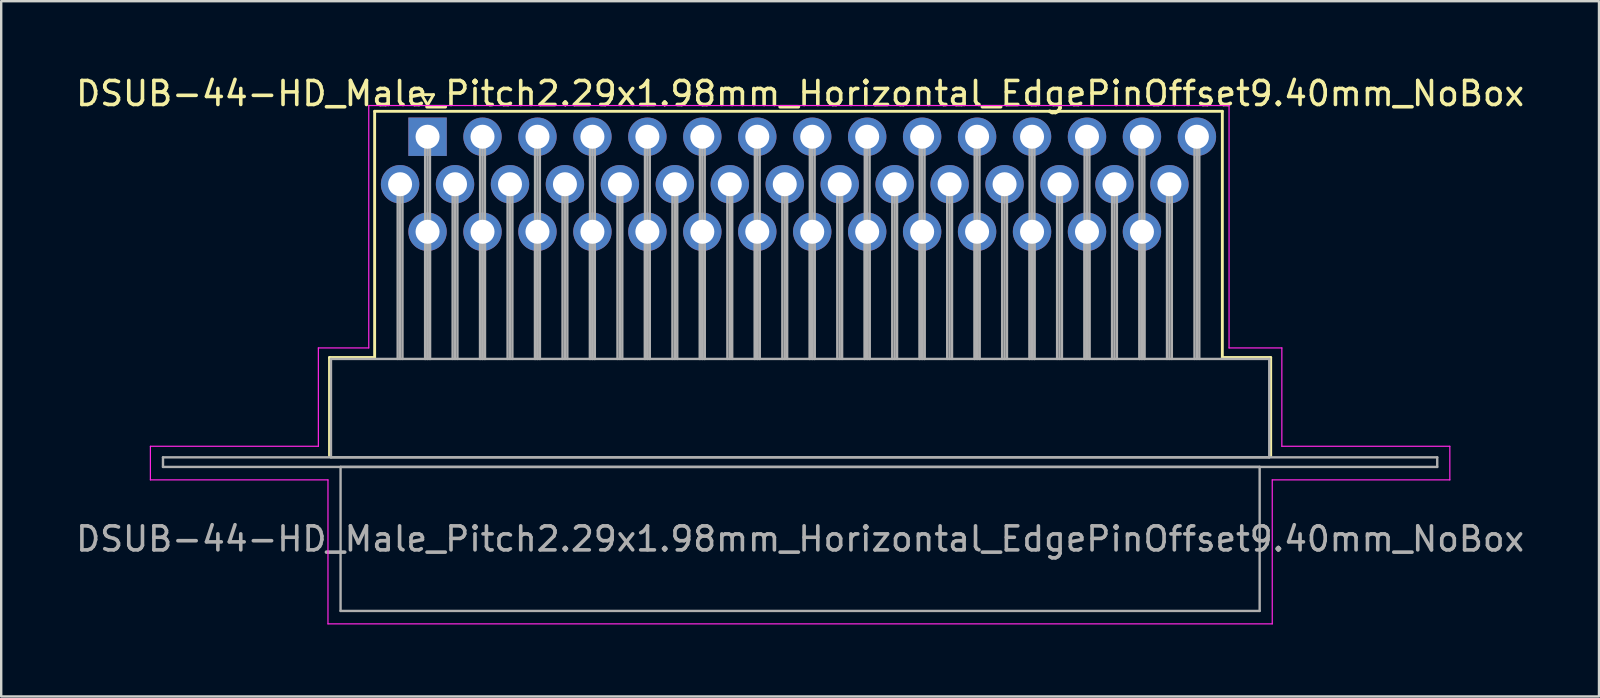
<source format=kicad_pcb>
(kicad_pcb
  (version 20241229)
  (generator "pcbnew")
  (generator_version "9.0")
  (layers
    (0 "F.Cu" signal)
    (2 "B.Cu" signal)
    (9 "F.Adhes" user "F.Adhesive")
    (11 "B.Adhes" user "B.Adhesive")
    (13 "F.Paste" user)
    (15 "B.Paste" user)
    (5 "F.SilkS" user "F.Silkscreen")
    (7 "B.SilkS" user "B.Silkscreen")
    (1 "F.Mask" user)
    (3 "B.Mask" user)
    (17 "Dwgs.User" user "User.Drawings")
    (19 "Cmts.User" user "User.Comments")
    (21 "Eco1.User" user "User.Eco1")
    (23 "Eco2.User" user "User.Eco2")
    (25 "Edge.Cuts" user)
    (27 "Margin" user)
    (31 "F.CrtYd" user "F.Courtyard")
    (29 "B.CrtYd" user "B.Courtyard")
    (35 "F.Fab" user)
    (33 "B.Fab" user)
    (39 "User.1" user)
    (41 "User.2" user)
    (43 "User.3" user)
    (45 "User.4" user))
  (footprint "DSUB-44-HD_Male_Pitch2.29x1.98mm_Horizontal_EdgePinOffset9.40mm_NoBox"
    (layer "F.Cu")
    (at 14.767 2.648)
    (property "Reference" "DSUB-44-HD_Male_Pitch2.29x1.98mm_Horizontal_EdgePinOffset9.40mm_NoBox" (at 15.525 -1.8 0) (layer "F.SilkS") (effects (font (size 1 1) (thickness 0.15))))
    (attr through_hole)
    (fp_line (start -4.085 9.2) (end -2.205 9.2) (stroke (width 0.12) (type solid)) (layer "F.SilkS"))
    (fp_line (start -4.085 13.3) (end -4.085 9.2) (stroke (width 0.12) (type solid)) (layer "F.SilkS"))
    (fp_line (start -2.205 -1.06) (end 33.12 -1.06) (stroke (width 0.12) (type solid)) (layer "F.SilkS"))
    (fp_line (start -2.205 9.2) (end -2.205 -1.06) (stroke (width 0.12) (type solid)) (layer "F.SilkS"))
    (fp_line (start -0.25 -1.754) (end 0.25 -1.754) (stroke (width 0.12) (type solid)) (layer "F.SilkS"))
    (fp_line (start 0 -1.321) (end -0.25 -1.754) (stroke (width 0.12) (type solid)) (layer "F.SilkS"))
    (fp_line (start 0.25 -1.754) (end 0 -1.321) (stroke (width 0.12) (type solid)) (layer "F.SilkS"))
    (fp_line (start 33.12 -1.06) (end 33.12 9.2) (stroke (width 0.12) (type solid)) (layer "F.SilkS"))
    (fp_line (start 33.12 9.2) (end 35.135 9.2) (stroke (width 0.12) (type solid)) (layer "F.SilkS"))
    (fp_line (start 35.135 9.2) (end 35.135 13.3) (stroke (width 0.12) (type solid)) (layer "F.SilkS"))
    (fp_line (start -11.55 12.9) (end -4.55 12.9) (stroke (width 0.05) (type solid)) (layer "F.CrtYd"))
    (fp_line (start -11.55 14.3) (end -11.55 12.9) (stroke (width 0.05) (type solid)) (layer "F.CrtYd"))
    (fp_line (start -4.55 8.8) (end -2.45 8.8) (stroke (width 0.05) (type solid)) (layer "F.CrtYd"))
    (fp_line (start -4.55 12.9) (end -4.55 8.8) (stroke (width 0.05) (type solid)) (layer "F.CrtYd"))
    (fp_line (start -4.15 14.3) (end -11.55 14.3) (stroke (width 0.05) (type solid)) (layer "F.CrtYd"))
    (fp_line (start -4.15 20.3) (end -4.15 14.3) (stroke (width 0.05) (type solid)) (layer "F.CrtYd"))
    (fp_line (start -2.45 -1.3) (end 33.4 -1.3) (stroke (width 0.05) (type solid)) (layer "F.CrtYd"))
    (fp_line (start -2.45 8.8) (end -2.45 -1.3) (stroke (width 0.05) (type solid)) (layer "F.CrtYd"))
    (fp_line (start 33.4 -1.3) (end 33.4 8.8) (stroke (width 0.05) (type solid)) (layer "F.CrtYd"))
    (fp_line (start 33.4 8.8) (end 35.6 8.8) (stroke (width 0.05) (type solid)) (layer "F.CrtYd"))
    (fp_line (start 35.2 14.3) (end 35.2 20.3) (stroke (width 0.05) (type solid)) (layer "F.CrtYd"))
    (fp_line (start 35.2 20.3) (end -4.15 20.3) (stroke (width 0.05) (type solid)) (layer "F.CrtYd"))
    (fp_line (start 35.6 8.8) (end 35.6 12.9) (stroke (width 0.05) (type solid)) (layer "F.CrtYd"))
    (fp_line (start 35.6 12.9) (end 42.6 12.9) (stroke (width 0.05) (type solid)) (layer "F.CrtYd"))
    (fp_line (start 42.6 12.9) (end 42.6 14.3) (stroke (width 0.05) (type solid)) (layer "F.CrtYd"))
    (fp_line (start 42.6 14.3) (end 35.2 14.3) (stroke (width 0.05) (type solid)) (layer "F.CrtYd"))
    (fp_line (start -11.025 13.36) (end -11.025 13.76) (stroke (width 0.1) (type solid)) (layer "F.Fab"))
    (fp_line (start -11.025 13.76) (end 42.075 13.76) (stroke (width 0.1) (type solid)) (layer "F.Fab"))
    (fp_line (start -4.025 9.26) (end -4.025 13.36) (stroke (width 0.1) (type solid)) (layer "F.Fab"))
    (fp_line (start -4.025 13.36) (end 35.075 13.36) (stroke (width 0.1) (type solid)) (layer "F.Fab"))
    (fp_line (start -3.625 13.76) (end -3.625 19.76) (stroke (width 0.1) (type solid)) (layer "F.Fab"))
    (fp_line (start -3.625 19.76) (end 34.675 19.76) (stroke (width 0.1) (type solid)) (layer "F.Fab"))
    (fp_line (start -1.245 1.98) (end -1.245 9.26) (stroke (width 0.1) (type solid)) (layer "F.Fab"))
    (fp_line (start -1.145 1.98) (end -1.145 9.26) (stroke (width 0.1) (type solid)) (layer "F.Fab"))
    (fp_line (start -1.045 1.98) (end -1.045 9.26) (stroke (width 0.1) (type solid)) (layer "F.Fab"))
    (fp_line (start -0.1 0) (end -0.1 9.26) (stroke (width 0.1) (type solid)) (layer "F.Fab"))
    (fp_line (start -0.1 3.96) (end -0.1 9.26) (stroke (width 0.1) (type solid)) (layer "F.Fab"))
    (fp_line (start 0 0) (end 0 9.26) (stroke (width 0.1) (type solid)) (layer "F.Fab"))
    (fp_line (start 0 3.96) (end 0 9.26) (stroke (width 0.1) (type solid)) (layer "F.Fab"))
    (fp_line (start 0.1 0) (end 0.1 9.26) (stroke (width 0.1) (type solid)) (layer "F.Fab"))
    (fp_line (start 0.1 3.96) (end 0.1 9.26) (stroke (width 0.1) (type solid)) (layer "F.Fab"))
    (fp_line (start 1.045 1.98) (end 1.045 9.26) (stroke (width 0.1) (type solid)) (layer "F.Fab"))
    (fp_line (start 1.145 1.98) (end 1.145 9.26) (stroke (width 0.1) (type solid)) (layer "F.Fab"))
    (fp_line (start 1.245 1.98) (end 1.245 9.26) (stroke (width 0.1) (type solid)) (layer "F.Fab"))
    (fp_line (start 2.19 0) (end 2.19 9.26) (stroke (width 0.1) (type solid)) (layer "F.Fab"))
    (fp_line (start 2.19 3.96) (end 2.19 9.26) (stroke (width 0.1) (type solid)) (layer "F.Fab"))
    (fp_line (start 2.29 0) (end 2.29 9.26) (stroke (width 0.1) (type solid)) (layer "F.Fab"))
    (fp_line (start 2.29 3.96) (end 2.29 9.26) (stroke (width 0.1) (type solid)) (layer "F.Fab"))
    (fp_line (start 2.39 0) (end 2.39 9.26) (stroke (width 0.1) (type solid)) (layer "F.Fab"))
    (fp_line (start 2.39 3.96) (end 2.39 9.26) (stroke (width 0.1) (type solid)) (layer "F.Fab"))
    (fp_line (start 3.335 1.98) (end 3.335 9.26) (stroke (width 0.1) (type solid)) (layer "F.Fab"))
    (fp_line (start 3.435 1.98) (end 3.435 9.26) (stroke (width 0.1) (type solid)) (layer "F.Fab"))
    (fp_line (start 3.535 1.98) (end 3.535 9.26) (stroke (width 0.1) (type solid)) (layer "F.Fab"))
    (fp_line (start 4.48 0) (end 4.48 9.26) (stroke (width 0.1) (type solid)) (layer "F.Fab"))
    (fp_line (start 4.48 3.96) (end 4.48 9.26) (stroke (width 0.1) (type solid)) (layer "F.Fab"))
    (fp_line (start 4.58 0) (end 4.58 9.26) (stroke (width 0.1) (type solid)) (layer "F.Fab"))
    (fp_line (start 4.58 3.96) (end 4.58 9.26) (stroke (width 0.1) (type solid)) (layer "F.Fab"))
    (fp_line (start 4.68 0) (end 4.68 9.26) (stroke (width 0.1) (type solid)) (layer "F.Fab"))
    (fp_line (start 4.68 3.96) (end 4.68 9.26) (stroke (width 0.1) (type solid)) (layer "F.Fab"))
    (fp_line (start 5.625 1.98) (end 5.625 9.26) (stroke (width 0.1) (type solid)) (layer "F.Fab"))
    (fp_line (start 5.725 1.98) (end 5.725 9.26) (stroke (width 0.1) (type solid)) (layer "F.Fab"))
    (fp_line (start 5.825 1.98) (end 5.825 9.26) (stroke (width 0.1) (type solid)) (layer "F.Fab"))
    (fp_line (start 6.77 0) (end 6.77 9.26) (stroke (width 0.1) (type solid)) (layer "F.Fab"))
    (fp_line (start 6.77 3.96) (end 6.77 9.26) (stroke (width 0.1) (type solid)) (layer "F.Fab"))
    (fp_line (start 6.87 0) (end 6.87 9.26) (stroke (width 0.1) (type solid)) (layer "F.Fab"))
    (fp_line (start 6.87 3.96) (end 6.87 9.26) (stroke (width 0.1) (type solid)) (layer "F.Fab"))
    (fp_line (start 6.97 0) (end 6.97 9.26) (stroke (width 0.1) (type solid)) (layer "F.Fab"))
    (fp_line (start 6.97 3.96) (end 6.97 9.26) (stroke (width 0.1) (type solid)) (layer "F.Fab"))
    (fp_line (start 7.915 1.98) (end 7.915 9.26) (stroke (width 0.1) (type solid)) (layer "F.Fab"))
    (fp_line (start 8.015 1.98) (end 8.015 9.26) (stroke (width 0.1) (type solid)) (layer "F.Fab"))
    (fp_line (start 8.115 1.98) (end 8.115 9.26) (stroke (width 0.1) (type solid)) (layer "F.Fab"))
    (fp_line (start 9.06 0) (end 9.06 9.26) (stroke (width 0.1) (type solid)) (layer "F.Fab"))
    (fp_line (start 9.06 3.96) (end 9.06 9.26) (stroke (width 0.1) (type solid)) (layer "F.Fab"))
    (fp_line (start 9.16 0) (end 9.16 9.26) (stroke (width 0.1) (type solid)) (layer "F.Fab"))
    (fp_line (start 9.16 3.96) (end 9.16 9.26) (stroke (width 0.1) (type solid)) (layer "F.Fab"))
    (fp_line (start 9.26 0) (end 9.26 9.26) (stroke (width 0.1) (type solid)) (layer "F.Fab"))
    (fp_line (start 9.26 3.96) (end 9.26 9.26) (stroke (width 0.1) (type solid)) (layer "F.Fab"))
    (fp_line (start 10.205 1.98) (end 10.205 9.26) (stroke (width 0.1) (type solid)) (layer "F.Fab"))
    (fp_line (start 10.305 1.98) (end 10.305 9.26) (stroke (width 0.1) (type solid)) (layer "F.Fab"))
    (fp_line (start 10.405 1.98) (end 10.405 9.26) (stroke (width 0.1) (type solid)) (layer "F.Fab"))
    (fp_line (start 11.35 0) (end 11.35 9.26) (stroke (width 0.1) (type solid)) (layer "F.Fab"))
    (fp_line (start 11.35 3.96) (end 11.35 9.26) (stroke (width 0.1) (type solid)) (layer "F.Fab"))
    (fp_line (start 11.45 0) (end 11.45 9.26) (stroke (width 0.1) (type solid)) (layer "F.Fab"))
    (fp_line (start 11.45 3.96) (end 11.45 9.26) (stroke (width 0.1) (type solid)) (layer "F.Fab"))
    (fp_line (start 11.55 0) (end 11.55 9.26) (stroke (width 0.1) (type solid)) (layer "F.Fab"))
    (fp_line (start 11.55 3.96) (end 11.55 9.26) (stroke (width 0.1) (type solid)) (layer "F.Fab"))
    (fp_line (start 12.495 1.98) (end 12.495 9.26) (stroke (width 0.1) (type solid)) (layer "F.Fab"))
    (fp_line (start 12.595 1.98) (end 12.595 9.26) (stroke (width 0.1) (type solid)) (layer "F.Fab"))
    (fp_line (start 12.695 1.98) (end 12.695 9.26) (stroke (width 0.1) (type solid)) (layer "F.Fab"))
    (fp_line (start 13.64 0) (end 13.64 9.26) (stroke (width 0.1) (type solid)) (layer "F.Fab"))
    (fp_line (start 13.64 3.96) (end 13.64 9.26) (stroke (width 0.1) (type solid)) (layer "F.Fab"))
    (fp_line (start 13.74 0) (end 13.74 9.26) (stroke (width 0.1) (type solid)) (layer "F.Fab"))
    (fp_line (start 13.74 3.96) (end 13.74 9.26) (stroke (width 0.1) (type solid)) (layer "F.Fab"))
    (fp_line (start 13.84 0) (end 13.84 9.26) (stroke (width 0.1) (type solid)) (layer "F.Fab"))
    (fp_line (start 13.84 3.96) (end 13.84 9.26) (stroke (width 0.1) (type solid)) (layer "F.Fab"))
    (fp_line (start 14.785 1.98) (end 14.785 9.26) (stroke (width 0.1) (type solid)) (layer "F.Fab"))
    (fp_line (start 14.885 1.98) (end 14.885 9.26) (stroke (width 0.1) (type solid)) (layer "F.Fab"))
    (fp_line (start 14.985 1.98) (end 14.985 9.26) (stroke (width 0.1) (type solid)) (layer "F.Fab"))
    (fp_line (start 15.93 0) (end 15.93 9.26) (stroke (width 0.1) (type solid)) (layer "F.Fab"))
    (fp_line (start 15.93 3.96) (end 15.93 9.26) (stroke (width 0.1) (type solid)) (layer "F.Fab"))
    (fp_line (start 16.03 0) (end 16.03 9.26) (stroke (width 0.1) (type solid)) (layer "F.Fab"))
    (fp_line (start 16.03 3.96) (end 16.03 9.26) (stroke (width 0.1) (type solid)) (layer "F.Fab"))
    (fp_line (start 16.13 0) (end 16.13 9.26) (stroke (width 0.1) (type solid)) (layer "F.Fab"))
    (fp_line (start 16.13 3.96) (end 16.13 9.26) (stroke (width 0.1) (type solid)) (layer "F.Fab"))
    (fp_line (start 17.075 1.98) (end 17.075 9.26) (stroke (width 0.1) (type solid)) (layer "F.Fab"))
    (fp_line (start 17.175 1.98) (end 17.175 9.26) (stroke (width 0.1) (type solid)) (layer "F.Fab"))
    (fp_line (start 17.275 1.98) (end 17.275 9.26) (stroke (width 0.1) (type solid)) (layer "F.Fab"))
    (fp_line (start 18.22 0) (end 18.22 9.26) (stroke (width 0.1) (type solid)) (layer "F.Fab"))
    (fp_line (start 18.22 3.96) (end 18.22 9.26) (stroke (width 0.1) (type solid)) (layer "F.Fab"))
    (fp_line (start 18.32 0) (end 18.32 9.26) (stroke (width 0.1) (type solid)) (layer "F.Fab"))
    (fp_line (start 18.32 3.96) (end 18.32 9.26) (stroke (width 0.1) (type solid)) (layer "F.Fab"))
    (fp_line (start 18.42 0) (end 18.42 9.26) (stroke (width 0.1) (type solid)) (layer "F.Fab"))
    (fp_line (start 18.42 3.96) (end 18.42 9.26) (stroke (width 0.1) (type solid)) (layer "F.Fab"))
    (fp_line (start 19.365 1.98) (end 19.365 9.26) (stroke (width 0.1) (type solid)) (layer "F.Fab"))
    (fp_line (start 19.465 1.98) (end 19.465 9.26) (stroke (width 0.1) (type solid)) (layer "F.Fab"))
    (fp_line (start 19.565 1.98) (end 19.565 9.26) (stroke (width 0.1) (type solid)) (layer "F.Fab"))
    (fp_line (start 20.51 0) (end 20.51 9.26) (stroke (width 0.1) (type solid)) (layer "F.Fab"))
    (fp_line (start 20.51 3.96) (end 20.51 9.26) (stroke (width 0.1) (type solid)) (layer "F.Fab"))
    (fp_line (start 20.61 0) (end 20.61 9.26) (stroke (width 0.1) (type solid)) (layer "F.Fab"))
    (fp_line (start 20.61 3.96) (end 20.61 9.26) (stroke (width 0.1) (type solid)) (layer "F.Fab"))
    (fp_line (start 20.71 0) (end 20.71 9.26) (stroke (width 0.1) (type solid)) (layer "F.Fab"))
    (fp_line (start 20.71 3.96) (end 20.71 9.26) (stroke (width 0.1) (type solid)) (layer "F.Fab"))
    (fp_line (start 21.655 1.98) (end 21.655 9.26) (stroke (width 0.1) (type solid)) (layer "F.Fab"))
    (fp_line (start 21.755 1.98) (end 21.755 9.26) (stroke (width 0.1) (type solid)) (layer "F.Fab"))
    (fp_line (start 21.855 1.98) (end 21.855 9.26) (stroke (width 0.1) (type solid)) (layer "F.Fab"))
    (fp_line (start 22.8 0) (end 22.8 9.26) (stroke (width 0.1) (type solid)) (layer "F.Fab"))
    (fp_line (start 22.8 3.96) (end 22.8 9.26) (stroke (width 0.1) (type solid)) (layer "F.Fab"))
    (fp_line (start 22.9 0) (end 22.9 9.26) (stroke (width 0.1) (type solid)) (layer "F.Fab"))
    (fp_line (start 22.9 3.96) (end 22.9 9.26) (stroke (width 0.1) (type solid)) (layer "F.Fab"))
    (fp_line (start 23 0) (end 23 9.26) (stroke (width 0.1) (type solid)) (layer "F.Fab"))
    (fp_line (start 23 3.96) (end 23 9.26) (stroke (width 0.1) (type solid)) (layer "F.Fab"))
    (fp_line (start 23.945 1.98) (end 23.945 9.26) (stroke (width 0.1) (type solid)) (layer "F.Fab"))
    (fp_line (start 24.045 1.98) (end 24.045 9.26) (stroke (width 0.1) (type solid)) (layer "F.Fab"))
    (fp_line (start 24.145 1.98) (end 24.145 9.26) (stroke (width 0.1) (type solid)) (layer "F.Fab"))
    (fp_line (start 25.09 0) (end 25.09 9.26) (stroke (width 0.1) (type solid)) (layer "F.Fab"))
    (fp_line (start 25.09 3.96) (end 25.09 9.26) (stroke (width 0.1) (type solid)) (layer "F.Fab"))
    (fp_line (start 25.19 0) (end 25.19 9.26) (stroke (width 0.1) (type solid)) (layer "F.Fab"))
    (fp_line (start 25.19 3.96) (end 25.19 9.26) (stroke (width 0.1) (type solid)) (layer "F.Fab"))
    (fp_line (start 25.29 0) (end 25.29 9.26) (stroke (width 0.1) (type solid)) (layer "F.Fab"))
    (fp_line (start 25.29 3.96) (end 25.29 9.26) (stroke (width 0.1) (type solid)) (layer "F.Fab"))
    (fp_line (start 26.235 1.98) (end 26.235 9.26) (stroke (width 0.1) (type solid)) (layer "F.Fab"))
    (fp_line (start 26.335 1.98) (end 26.335 9.26) (stroke (width 0.1) (type solid)) (layer "F.Fab"))
    (fp_line (start 26.435 1.98) (end 26.435 9.26) (stroke (width 0.1) (type solid)) (layer "F.Fab"))
    (fp_line (start 27.38 0) (end 27.38 9.26) (stroke (width 0.1) (type solid)) (layer "F.Fab"))
    (fp_line (start 27.38 3.96) (end 27.38 9.26) (stroke (width 0.1) (type solid)) (layer "F.Fab"))
    (fp_line (start 27.48 0) (end 27.48 9.26) (stroke (width 0.1) (type solid)) (layer "F.Fab"))
    (fp_line (start 27.48 3.96) (end 27.48 9.26) (stroke (width 0.1) (type solid)) (layer "F.Fab"))
    (fp_line (start 27.58 0) (end 27.58 9.26) (stroke (width 0.1) (type solid)) (layer "F.Fab"))
    (fp_line (start 27.58 3.96) (end 27.58 9.26) (stroke (width 0.1) (type solid)) (layer "F.Fab"))
    (fp_line (start 28.525 1.98) (end 28.525 9.26) (stroke (width 0.1) (type solid)) (layer "F.Fab"))
    (fp_line (start 28.625 1.98) (end 28.625 9.26) (stroke (width 0.1) (type solid)) (layer "F.Fab"))
    (fp_line (start 28.725 1.98) (end 28.725 9.26) (stroke (width 0.1) (type solid)) (layer "F.Fab"))
    (fp_line (start 29.67 0) (end 29.67 9.26) (stroke (width 0.1) (type solid)) (layer "F.Fab"))
    (fp_line (start 29.67 3.96) (end 29.67 9.26) (stroke (width 0.1) (type solid)) (layer "F.Fab"))
    (fp_line (start 29.77 0) (end 29.77 9.26) (stroke (width 0.1) (type solid)) (layer "F.Fab"))
    (fp_line (start 29.77 3.96) (end 29.77 9.26) (stroke (width 0.1) (type solid)) (layer "F.Fab"))
    (fp_line (start 29.87 0) (end 29.87 9.26) (stroke (width 0.1) (type solid)) (layer "F.Fab"))
    (fp_line (start 29.87 3.96) (end 29.87 9.26) (stroke (width 0.1) (type solid)) (layer "F.Fab"))
    (fp_line (start 30.815 1.98) (end 30.815 9.26) (stroke (width 0.1) (type solid)) (layer "F.Fab"))
    (fp_line (start 30.915 1.98) (end 30.915 9.26) (stroke (width 0.1) (type solid)) (layer "F.Fab"))
    (fp_line (start 31.015 1.98) (end 31.015 9.26) (stroke (width 0.1) (type solid)) (layer "F.Fab"))
    (fp_line (start 31.96 0) (end 31.96 9.26) (stroke (width 0.1) (type solid)) (layer "F.Fab"))
    (fp_line (start 32.06 0) (end 32.06 9.26) (stroke (width 0.1) (type solid)) (layer "F.Fab"))
    (fp_line (start 32.16 0) (end 32.16 9.26) (stroke (width 0.1) (type solid)) (layer "F.Fab"))
    (fp_line (start 34.675 13.76) (end -3.625 13.76) (stroke (width 0.1) (type solid)) (layer "F.Fab"))
    (fp_line (start 34.675 19.76) (end 34.675 13.76) (stroke (width 0.1) (type solid)) (layer "F.Fab"))
    (fp_line (start 35.075 9.26) (end -4.025 9.26) (stroke (width 0.1) (type solid)) (layer "F.Fab"))
    (fp_line (start 35.075 13.36) (end 35.075 9.26) (stroke (width 0.1) (type solid)) (layer "F.Fab"))
    (fp_line (start 42.075 13.36) (end -11.025 13.36) (stroke (width 0.1) (type solid)) (layer "F.Fab"))
    (fp_line (start 42.075 13.76) (end 42.075 13.36) (stroke (width 0.1) (type solid)) (layer "F.Fab"))
    (fp_text user "${REFERENCE}" (at 15.525 16.76 0) (layer "F.Fab") (effects (font (size 1 1) (thickness 0.15))))
    (pad "1" thru_hole rect (at 0 0) (size 1.6 1.6) (drill 1) (layers "*.Cu" "*.Mask"))
    (pad "2" thru_hole circle (at 2.29 0) (size 1.6 1.6) (drill 1) (layers "*.Cu" "*.Mask"))
    (pad "3" thru_hole circle (at 4.58 0) (size 1.6 1.6) (drill 1) (layers "*.Cu" "*.Mask"))
    (pad "4" thru_hole circle (at 6.87 0) (size 1.6 1.6) (drill 1) (layers "*.Cu" "*.Mask"))
    (pad "5" thru_hole circle (at 9.16 0) (size 1.6 1.6) (drill 1) (layers "*.Cu" "*.Mask"))
    (pad "6" thru_hole circle (at 11.45 0) (size 1.6 1.6) (drill 1) (layers "*.Cu" "*.Mask"))
    (pad "7" thru_hole circle (at 13.74 0) (size 1.6 1.6) (drill 1) (layers "*.Cu" "*.Mask"))
    (pad "8" thru_hole circle (at 16.03 0) (size 1.6 1.6) (drill 1) (layers "*.Cu" "*.Mask"))
    (pad "9" thru_hole circle (at 18.32 0) (size 1.6 1.6) (drill 1) (layers "*.Cu" "*.Mask"))
    (pad "10" thru_hole circle (at 20.61 0) (size 1.6 1.6) (drill 1) (layers "*.Cu" "*.Mask"))
    (pad "11" thru_hole circle (at 22.9 0) (size 1.6 1.6) (drill 1) (layers "*.Cu" "*.Mask"))
    (pad "12" thru_hole circle (at 25.19 0) (size 1.6 1.6) (drill 1) (layers "*.Cu" "*.Mask"))
    (pad "13" thru_hole circle (at 27.48 0) (size 1.6 1.6) (drill 1) (layers "*.Cu" "*.Mask"))
    (pad "14" thru_hole circle (at 29.77 0) (size 1.6 1.6) (drill 1) (layers "*.Cu" "*.Mask"))
    (pad "15" thru_hole circle (at 32.06 0) (size 1.6 1.6) (drill 1) (layers "*.Cu" "*.Mask"))
    (pad "16" thru_hole circle (at -1.145 1.98) (size 1.6 1.6) (drill 1) (layers "*.Cu" "*.Mask"))
    (pad "17" thru_hole circle (at 1.145 1.98) (size 1.6 1.6) (drill 1) (layers "*.Cu" "*.Mask"))
    (pad "18" thru_hole circle (at 3.435 1.98) (size 1.6 1.6) (drill 1) (layers "*.Cu" "*.Mask"))
    (pad "19" thru_hole circle (at 5.725 1.98) (size 1.6 1.6) (drill 1) (layers "*.Cu" "*.Mask"))
    (pad "20" thru_hole circle (at 8.015 1.98) (size 1.6 1.6) (drill 1) (layers "*.Cu" "*.Mask"))
    (pad "21" thru_hole circle (at 10.305 1.98) (size 1.6 1.6) (drill 1) (layers "*.Cu" "*.Mask"))
    (pad "22" thru_hole circle (at 12.595 1.98) (size 1.6 1.6) (drill 1) (layers "*.Cu" "*.Mask"))
    (pad "23" thru_hole circle (at 14.885 1.98) (size 1.6 1.6) (drill 1) (layers "*.Cu" "*.Mask"))
    (pad "24" thru_hole circle (at 17.175 1.98) (size 1.6 1.6) (drill 1) (layers "*.Cu" "*.Mask"))
    (pad "25" thru_hole circle (at 19.465 1.98) (size 1.6 1.6) (drill 1) (layers "*.Cu" "*.Mask"))
    (pad "26" thru_hole circle (at 21.755 1.98) (size 1.6 1.6) (drill 1) (layers "*.Cu" "*.Mask"))
    (pad "27" thru_hole circle (at 24.045 1.98) (size 1.6 1.6) (drill 1) (layers "*.Cu" "*.Mask"))
    (pad "28" thru_hole circle (at 26.335 1.98) (size 1.6 1.6) (drill 1) (layers "*.Cu" "*.Mask"))
    (pad "29" thru_hole circle (at 28.625 1.98) (size 1.6 1.6) (drill 1) (layers "*.Cu" "*.Mask"))
    (pad "30" thru_hole circle (at 30.915 1.98) (size 1.6 1.6) (drill 1) (layers "*.Cu" "*.Mask"))
    (pad "31" thru_hole circle (at 0 3.96) (size 1.6 1.6) (drill 1) (layers "*.Cu" "*.Mask"))
    (pad "32" thru_hole circle (at 2.29 3.96) (size 1.6 1.6) (drill 1) (layers "*.Cu" "*.Mask"))
    (pad "33" thru_hole circle (at 4.58 3.96) (size 1.6 1.6) (drill 1) (layers "*.Cu" "*.Mask"))
    (pad "34" thru_hole circle (at 6.87 3.96) (size 1.6 1.6) (drill 1) (layers "*.Cu" "*.Mask"))
    (pad "35" thru_hole circle (at 9.16 3.96) (size 1.6 1.6) (drill 1) (layers "*.Cu" "*.Mask"))
    (pad "36" thru_hole circle (at 11.45 3.96) (size 1.6 1.6) (drill 1) (layers "*.Cu" "*.Mask"))
    (pad "37" thru_hole circle (at 13.74 3.96) (size 1.6 1.6) (drill 1) (layers "*.Cu" "*.Mask"))
    (pad "38" thru_hole circle (at 16.03 3.96) (size 1.6 1.6) (drill 1) (layers "*.Cu" "*.Mask"))
    (pad "39" thru_hole circle (at 18.32 3.96) (size 1.6 1.6) (drill 1) (layers "*.Cu" "*.Mask"))
    (pad "40" thru_hole circle (at 20.61 3.96) (size 1.6 1.6) (drill 1) (layers "*.Cu" "*.Mask"))
    (pad "41" thru_hole circle (at 22.9 3.96) (size 1.6 1.6) (drill 1) (layers "*.Cu" "*.Mask"))
    (pad "42" thru_hole circle (at 25.19 3.96) (size 1.6 1.6) (drill 1) (layers "*.Cu" "*.Mask"))
    (pad "43" thru_hole circle (at 27.48 3.96) (size 1.6 1.6) (drill 1) (layers "*.Cu" "*.Mask"))
    (pad "44" thru_hole circle (at 29.77 3.96) (size 1.6 1.6) (drill 1) (layers "*.Cu" "*.Mask")))
  (gr_rect
    (start -3 -3)
    (end 63.583 25.973)
    (stroke (width 0.1) (type default))
    (fill no)
    (layer "Edge.Cuts")))
</source>
